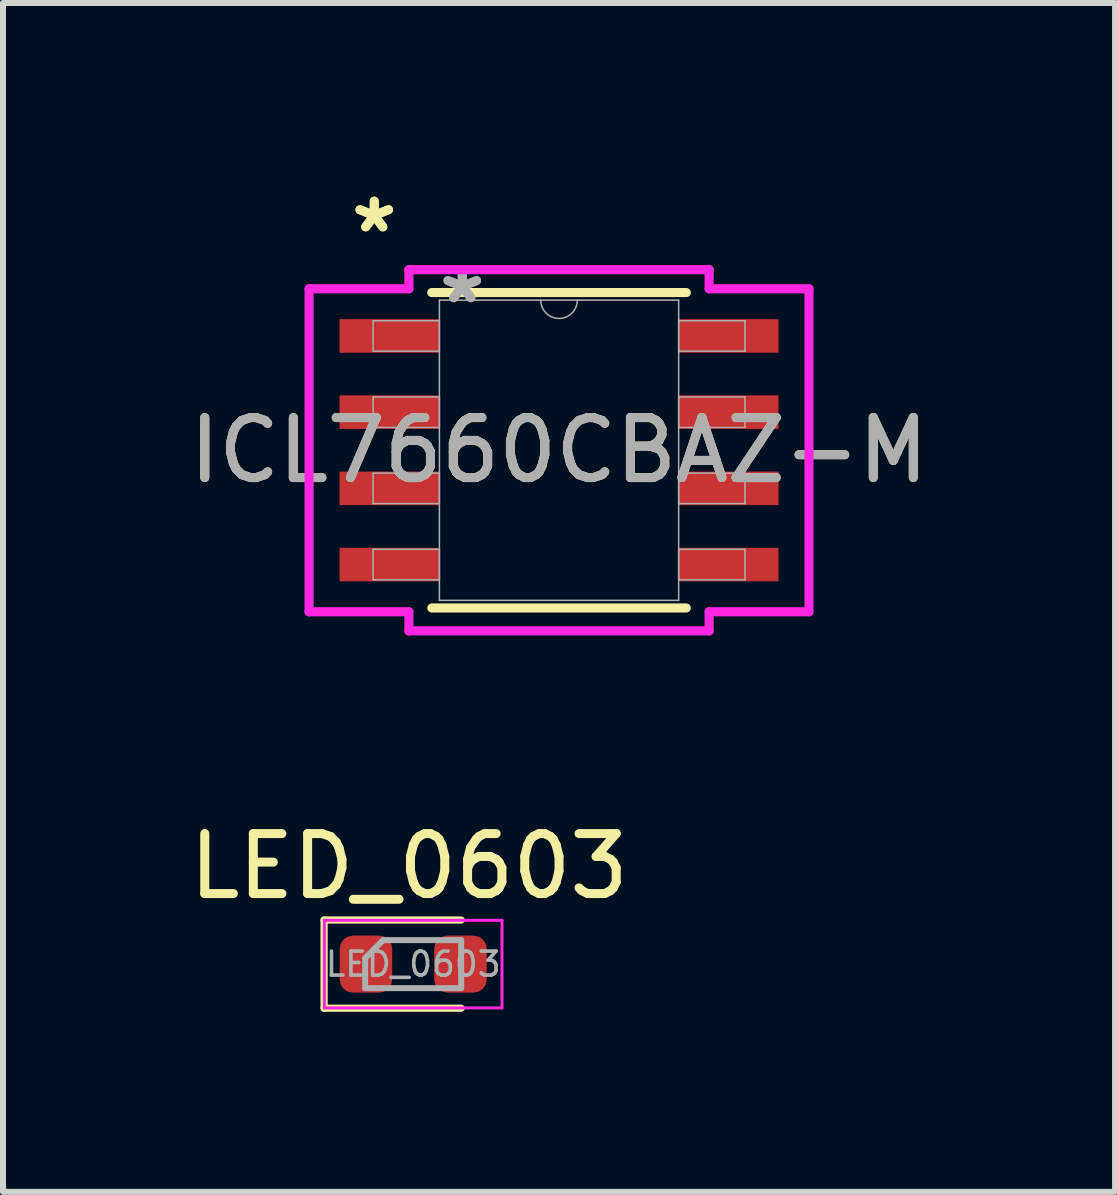
<source format=kicad_pcb>
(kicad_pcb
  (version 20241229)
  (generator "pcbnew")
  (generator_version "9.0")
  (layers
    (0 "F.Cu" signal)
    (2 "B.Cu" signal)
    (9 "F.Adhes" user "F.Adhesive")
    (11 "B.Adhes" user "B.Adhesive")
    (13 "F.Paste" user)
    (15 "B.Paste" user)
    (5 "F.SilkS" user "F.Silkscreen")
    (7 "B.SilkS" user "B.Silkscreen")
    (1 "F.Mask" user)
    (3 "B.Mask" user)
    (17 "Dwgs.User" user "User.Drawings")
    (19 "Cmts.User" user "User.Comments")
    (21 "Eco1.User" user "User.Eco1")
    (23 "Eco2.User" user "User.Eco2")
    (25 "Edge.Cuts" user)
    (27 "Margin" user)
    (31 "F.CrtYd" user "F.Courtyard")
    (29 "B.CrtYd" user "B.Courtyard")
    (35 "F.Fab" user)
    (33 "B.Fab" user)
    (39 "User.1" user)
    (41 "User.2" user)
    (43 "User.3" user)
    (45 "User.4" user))
  (footprint "LED_0603"
    (layer "F.Cu")
    (at 3.768 13.039)
    (property "Reference" "LED_0603" (at 0 -1.65 0) (layer "F.SilkS") (effects (font (size 1 1) (thickness 0.15))))
    (attr smd)
    (fp_line (start -1.416 -0.754) (end -1.416 0.716) (stroke (width 0.12) (type solid)) (layer "F.SilkS"))
    (fp_line (start -1.416 0.716) (end 0.869 0.716) (stroke (width 0.12) (type solid)) (layer "F.SilkS"))
    (fp_line (start 0.869 -0.754) (end -1.416 -0.754) (stroke (width 0.12) (type solid)) (layer "F.SilkS"))
    (fp_line (start -1.411 -0.749) (end 1.549 -0.749) (stroke (width 0.05) (type solid)) (layer "F.CrtYd"))
    (fp_line (start -1.411 0.711) (end -1.411 -0.749) (stroke (width 0.05) (type solid)) (layer "F.CrtYd"))
    (fp_line (start 1.549 -0.749) (end 1.549 0.711) (stroke (width 0.05) (type solid)) (layer "F.CrtYd"))
    (fp_line (start 1.549 0.711) (end -1.411 0.711) (stroke (width 0.05) (type solid)) (layer "F.CrtYd"))
    (fp_line (start -0.731 -0.119) (end -0.731 0.381) (stroke (width 0.1) (type solid)) (layer "F.Fab"))
    (fp_line (start -0.731 0.381) (end 0.869 0.381) (stroke (width 0.1) (type solid)) (layer "F.Fab"))
    (fp_line (start -0.431 -0.419) (end -0.731 -0.119) (stroke (width 0.1) (type solid)) (layer "F.Fab"))
    (fp_line (start 0.869 -0.419) (end -0.431 -0.419) (stroke (width 0.1) (type solid)) (layer "F.Fab"))
    (fp_line (start 0.869 0.381) (end 0.869 -0.419) (stroke (width 0.1) (type solid)) (layer "F.Fab"))
    (fp_text user "${REFERENCE}" (at 0.069 -0.019 0) (layer "F.Fab") (effects (font (size 0.4 0.4) (thickness 0.06))))
    (pad "1" smd roundrect (at -0.718 -0.019) (size 0.875 0.95) (layers "F.Cu" "F.Mask" "F.Paste") (roundrect_rratio 0.25))
    (pad "2" smd roundrect (at 0.857 -0.019) (size 0.875 0.95) (layers "F.Cu" "F.Mask" "F.Paste") (roundrect_rratio 0.25)))
  (footprint "ICL7660CBAZ-M"
    (layer "F.Cu")
    (at 6.268 4.455)
    (property "Reference" "ICL7660CBAZ-M" (at 0 0 0) (unlocked yes) (layer "F.SilkS") (effects (font (size 1 1) (thickness 0.15))))
    (attr smd)
    (fp_line (start -2.121 2.629) (end 2.121 2.629) (stroke (width 0.152) (type solid)) (layer "F.SilkS"))
    (fp_line (start 2.121 -2.629) (end -2.121 -2.629) (stroke (width 0.152) (type solid)) (layer "F.SilkS"))
    (fp_line (start -4.166 -2.692) (end -2.502 -2.692) (stroke (width 0.152) (type solid)) (layer "F.CrtYd"))
    (fp_line (start -4.166 2.692) (end -4.166 -2.692) (stroke (width 0.152) (type solid)) (layer "F.CrtYd"))
    (fp_line (start -4.166 2.692) (end -2.502 2.692) (stroke (width 0.152) (type solid)) (layer "F.CrtYd"))
    (fp_line (start -2.502 -3.01) (end 2.502 -3.01) (stroke (width 0.152) (type solid)) (layer "F.CrtYd"))
    (fp_line (start -2.502 -2.692) (end -2.502 -3.01) (stroke (width 0.152) (type solid)) (layer "F.CrtYd"))
    (fp_line (start -2.502 3.01) (end -2.502 2.692) (stroke (width 0.152) (type solid)) (layer "F.CrtYd"))
    (fp_line (start 2.502 -3.01) (end 2.502 -2.692) (stroke (width 0.152) (type solid)) (layer "F.CrtYd"))
    (fp_line (start 2.502 2.692) (end 2.502 3.01) (stroke (width 0.152) (type solid)) (layer "F.CrtYd"))
    (fp_line (start 2.502 3.01) (end -2.502 3.01) (stroke (width 0.152) (type solid)) (layer "F.CrtYd"))
    (fp_line (start 4.166 -2.692) (end 2.502 -2.692) (stroke (width 0.152) (type solid)) (layer "F.CrtYd"))
    (fp_line (start 4.166 -2.692) (end 4.166 2.692) (stroke (width 0.152) (type solid)) (layer "F.CrtYd"))
    (fp_line (start 4.166 2.692) (end 2.502 2.692) (stroke (width 0.152) (type solid)) (layer "F.CrtYd"))
    (fp_line (start -3.099 -2.159) (end -3.099 -1.651) (stroke (width 0.025) (type solid)) (layer "F.Fab"))
    (fp_line (start -3.099 -1.651) (end -1.994 -1.651) (stroke (width 0.025) (type solid)) (layer "F.Fab"))
    (fp_line (start -3.099 -0.889) (end -3.099 -0.381) (stroke (width 0.025) (type solid)) (layer "F.Fab"))
    (fp_line (start -3.099 -0.381) (end -1.994 -0.381) (stroke (width 0.025) (type solid)) (layer "F.Fab"))
    (fp_line (start -3.099 0.381) (end -3.099 0.889) (stroke (width 0.025) (type solid)) (layer "F.Fab"))
    (fp_line (start -3.099 0.889) (end -1.994 0.889) (stroke (width 0.025) (type solid)) (layer "F.Fab"))
    (fp_line (start -3.099 1.651) (end -3.099 2.159) (stroke (width 0.025) (type solid)) (layer "F.Fab"))
    (fp_line (start -3.099 2.159) (end -1.994 2.159) (stroke (width 0.025) (type solid)) (layer "F.Fab"))
    (fp_line (start -1.994 -2.502) (end -1.994 2.502) (stroke (width 0.025) (type solid)) (layer "F.Fab"))
    (fp_line (start -1.994 -2.159) (end -3.099 -2.159) (stroke (width 0.025) (type solid)) (layer "F.Fab"))
    (fp_line (start -1.994 -1.651) (end -1.994 -2.159) (stroke (width 0.025) (type solid)) (layer "F.Fab"))
    (fp_line (start -1.994 -0.889) (end -3.099 -0.889) (stroke (width 0.025) (type solid)) (layer "F.Fab"))
    (fp_line (start -1.994 -0.381) (end -1.994 -0.889) (stroke (width 0.025) (type solid)) (layer "F.Fab"))
    (fp_line (start -1.994 0.381) (end -3.099 0.381) (stroke (width 0.025) (type solid)) (layer "F.Fab"))
    (fp_line (start -1.994 0.889) (end -1.994 0.381) (stroke (width 0.025) (type solid)) (layer "F.Fab"))
    (fp_line (start -1.994 1.651) (end -3.099 1.651) (stroke (width 0.025) (type solid)) (layer "F.Fab"))
    (fp_line (start -1.994 2.159) (end -1.994 1.651) (stroke (width 0.025) (type solid)) (layer "F.Fab"))
    (fp_line (start -1.994 2.502) (end 1.994 2.502) (stroke (width 0.025) (type solid)) (layer "F.Fab"))
    (fp_line (start 1.994 -2.502) (end -1.994 -2.502) (stroke (width 0.025) (type solid)) (layer "F.Fab"))
    (fp_line (start 1.994 -2.159) (end 1.994 -1.651) (stroke (width 0.025) (type solid)) (layer "F.Fab"))
    (fp_line (start 1.994 -1.651) (end 3.099 -1.651) (stroke (width 0.025) (type solid)) (layer "F.Fab"))
    (fp_line (start 1.994 -0.889) (end 1.994 -0.381) (stroke (width 0.025) (type solid)) (layer "F.Fab"))
    (fp_line (start 1.994 -0.381) (end 3.099 -0.381) (stroke (width 0.025) (type solid)) (layer "F.Fab"))
    (fp_line (start 1.994 0.381) (end 1.994 0.889) (stroke (width 0.025) (type solid)) (layer "F.Fab"))
    (fp_line (start 1.994 0.889) (end 3.099 0.889) (stroke (width 0.025) (type solid)) (layer "F.Fab"))
    (fp_line (start 1.994 1.651) (end 1.994 2.159) (stroke (width 0.025) (type solid)) (layer "F.Fab"))
    (fp_line (start 1.994 2.159) (end 3.099 2.159) (stroke (width 0.025) (type solid)) (layer "F.Fab"))
    (fp_line (start 1.994 2.502) (end 1.994 -2.502) (stroke (width 0.025) (type solid)) (layer "F.Fab"))
    (fp_line (start 3.099 -2.159) (end 1.994 -2.159) (stroke (width 0.025) (type solid)) (layer "F.Fab"))
    (fp_line (start 3.099 -1.651) (end 3.099 -2.159) (stroke (width 0.025) (type solid)) (layer "F.Fab"))
    (fp_line (start 3.099 -0.889) (end 1.994 -0.889) (stroke (width 0.025) (type solid)) (layer "F.Fab"))
    (fp_line (start 3.099 -0.381) (end 3.099 -0.889) (stroke (width 0.025) (type solid)) (layer "F.Fab"))
    (fp_line (start 3.099 0.381) (end 1.994 0.381) (stroke (width 0.025) (type solid)) (layer "F.Fab"))
    (fp_line (start 3.099 0.889) (end 3.099 0.381) (stroke (width 0.025) (type solid)) (layer "F.Fab"))
    (fp_line (start 3.099 1.651) (end 1.994 1.651) (stroke (width 0.025) (type solid)) (layer "F.Fab"))
    (fp_line (start 3.099 2.159) (end 3.099 1.651) (stroke (width 0.025) (type solid)) (layer "F.Fab"))
    (fp_arc (start 0.3048 -2.5019) (mid 0 -2.1971) (end -0.3048 -2.5019) (stroke (width 0.0254) (type solid)) (layer "F.Fab"))
    (fp_text user "*" (at -3.08 -3.607 0) (unlocked yes) (layer "F.SilkS") (effects (font (size 1 1) (thickness 0.15))))
    (fp_text user "*" (at -3.08 -3.607 0) (layer "F.SilkS") (effects (font (size 1 1) (thickness 0.15))))
    (fp_text user "${REFERENCE}" (at 0 0 0) (unlocked yes) (layer "F.Fab") (effects (font (size 1 1) (thickness 0.15))))
    (fp_text user "*" (at -1.613 -2.426 0) (layer "F.Fab") (effects (font (size 1 1) (thickness 0.15))))
    (fp_text user "*" (at -1.613 -2.426 0) (unlocked yes) (layer "F.Fab") (effects (font (size 1 1) (thickness 0.15))))
    (pad "1" smd rect (at -2.826 -1.905) (size 1.664 0.559) (layers "F.Cu" "F.Mask" "F.Paste"))
    (pad "2" smd rect (at -2.826 -0.635) (size 1.664 0.559) (layers "F.Cu" "F.Mask" "F.Paste"))
    (pad "3" smd rect (at -2.826 0.635) (size 1.664 0.559) (layers "F.Cu" "F.Mask" "F.Paste"))
    (pad "4" smd rect (at -2.826 1.905) (size 1.664 0.559) (layers "F.Cu" "F.Mask" "F.Paste"))
    (pad "5" smd rect (at 2.826 1.905) (size 1.664 0.559) (layers "F.Cu" "F.Mask" "F.Paste"))
    (pad "6" smd rect (at 2.826 0.635) (size 1.664 0.559) (layers "F.Cu" "F.Mask" "F.Paste"))
    (pad "7" smd rect (at 2.826 -0.635) (size 1.664 0.559) (layers "F.Cu" "F.Mask" "F.Paste"))
    (pad "8" smd rect (at 2.826 -1.905) (size 1.664 0.559) (layers "F.Cu" "F.Mask" "F.Paste")))
  (gr_rect
    (start -3 -3)
    (end 15.536 16.816)
    (stroke (width 0.1) (type default))
    (fill no)
    (layer "Edge.Cuts")))
</source>
